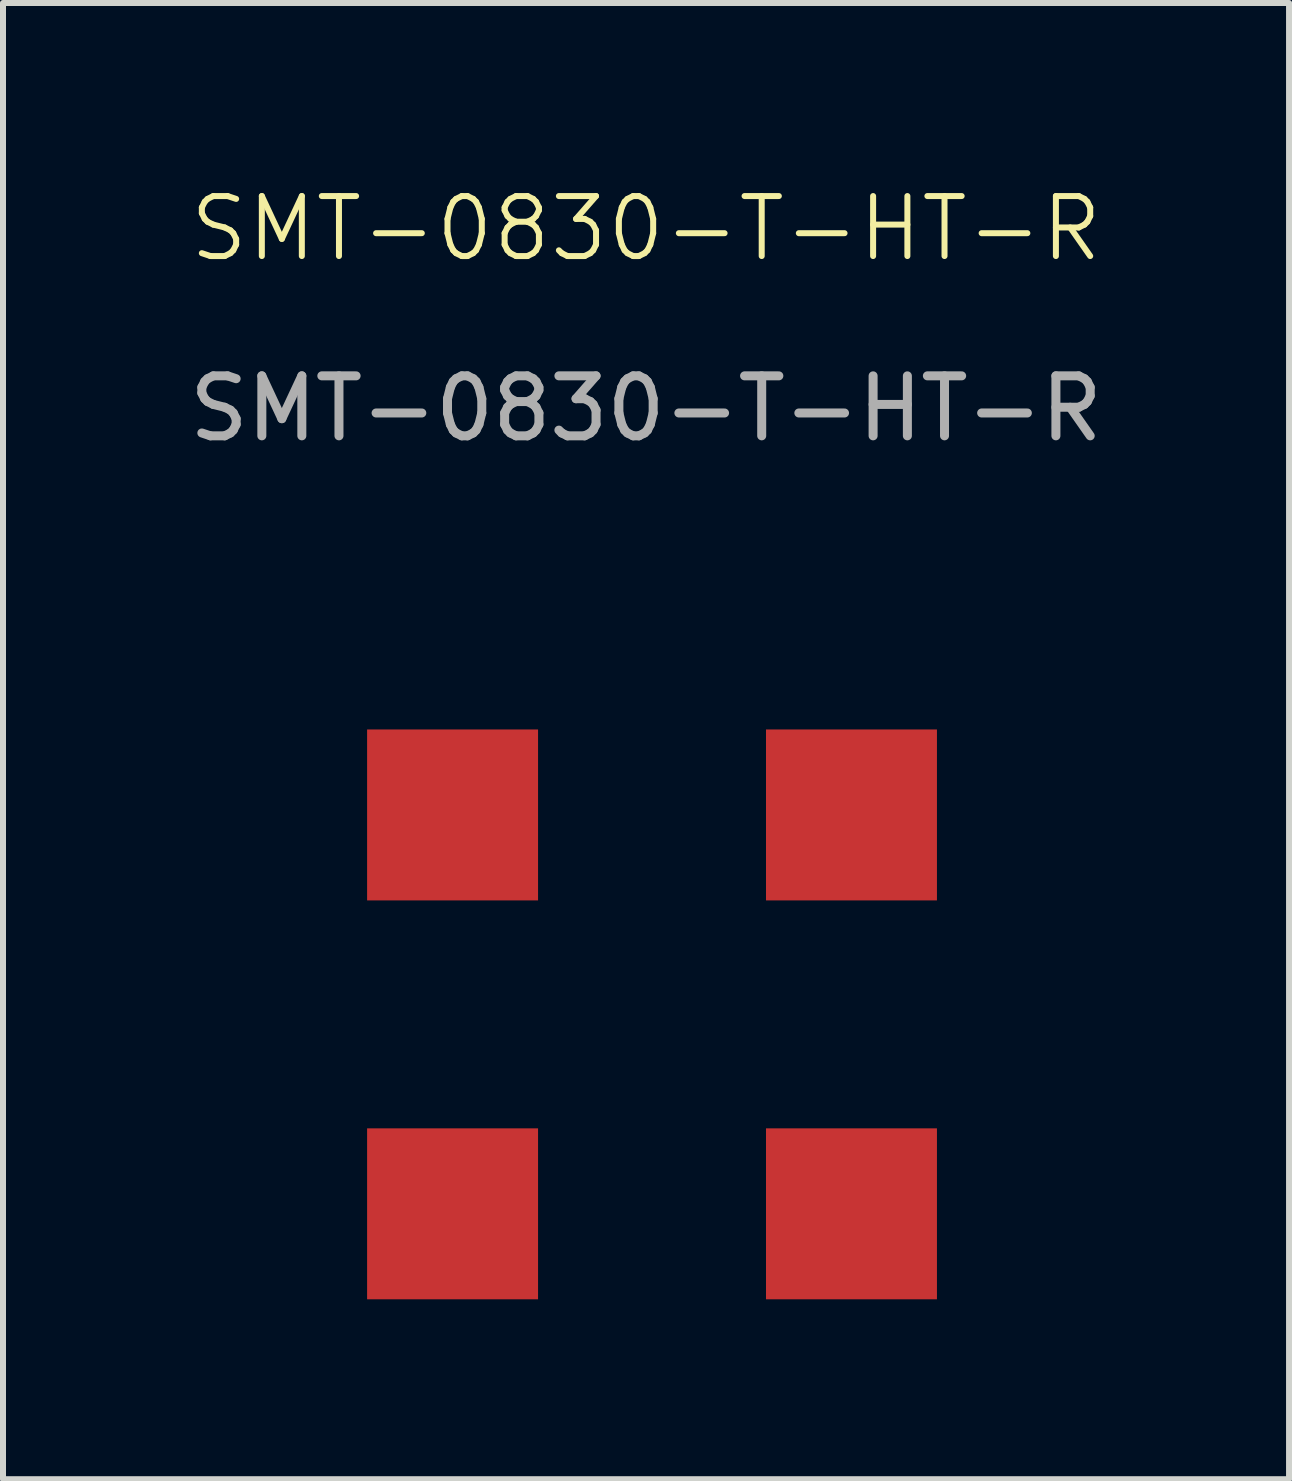
<source format=kicad_pcb>
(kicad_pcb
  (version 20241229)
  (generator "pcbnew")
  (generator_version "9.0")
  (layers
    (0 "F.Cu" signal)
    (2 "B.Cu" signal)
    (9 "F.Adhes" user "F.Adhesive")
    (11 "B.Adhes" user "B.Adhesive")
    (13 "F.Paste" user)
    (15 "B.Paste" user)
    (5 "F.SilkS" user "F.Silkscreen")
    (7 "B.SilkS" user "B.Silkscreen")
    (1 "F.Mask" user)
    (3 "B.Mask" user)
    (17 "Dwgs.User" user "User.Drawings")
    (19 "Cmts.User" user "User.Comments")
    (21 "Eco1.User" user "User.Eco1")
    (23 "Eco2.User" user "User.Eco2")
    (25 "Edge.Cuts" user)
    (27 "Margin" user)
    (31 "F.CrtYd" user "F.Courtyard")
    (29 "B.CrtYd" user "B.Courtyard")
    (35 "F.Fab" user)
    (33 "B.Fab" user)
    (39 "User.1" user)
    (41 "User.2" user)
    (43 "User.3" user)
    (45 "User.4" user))
  (footprint "SMT-0830-T-HT-R"
    (layer "F.Cu")
    (at 7.82 13.861)
    (property "Reference" "SMT-0830-T-HT-R" (at -0.1 -13.1 0) (unlocked yes) (layer "F.SilkS") (effects (font (size 1 1) (thickness 0.1))))
    (attr smd)
    (fp_text user "${REFERENCE}" (at -0.1 -10.1 0) (unlocked yes) (layer "F.Fab") (effects (font (size 1 1) (thickness 0.15))))
    (pad "0" smd rect (at -3.325 -3.325) (size 2.85 2.85) (layers "F.Cu" "F.Mask" "F.Paste"))
    (pad "0" smd rect (at 3.325 -3.325) (size 2.85 2.85) (layers "F.Cu" "F.Mask" "F.Paste"))
    (pad "1" smd rect (at -3.325 3.325) (size 2.85 2.85) (layers "F.Cu" "F.Mask" "F.Paste"))
    (pad "2" smd rect (at 3.325 3.325) (size 2.85 2.85) (layers "F.Cu" "F.Mask" "F.Paste")))
  (gr_rect
    (start -3 -3)
    (end 18.44 21.61)
    (stroke (width 0.1) (type default))
    (fill no)
    (layer "Edge.Cuts")))
</source>
